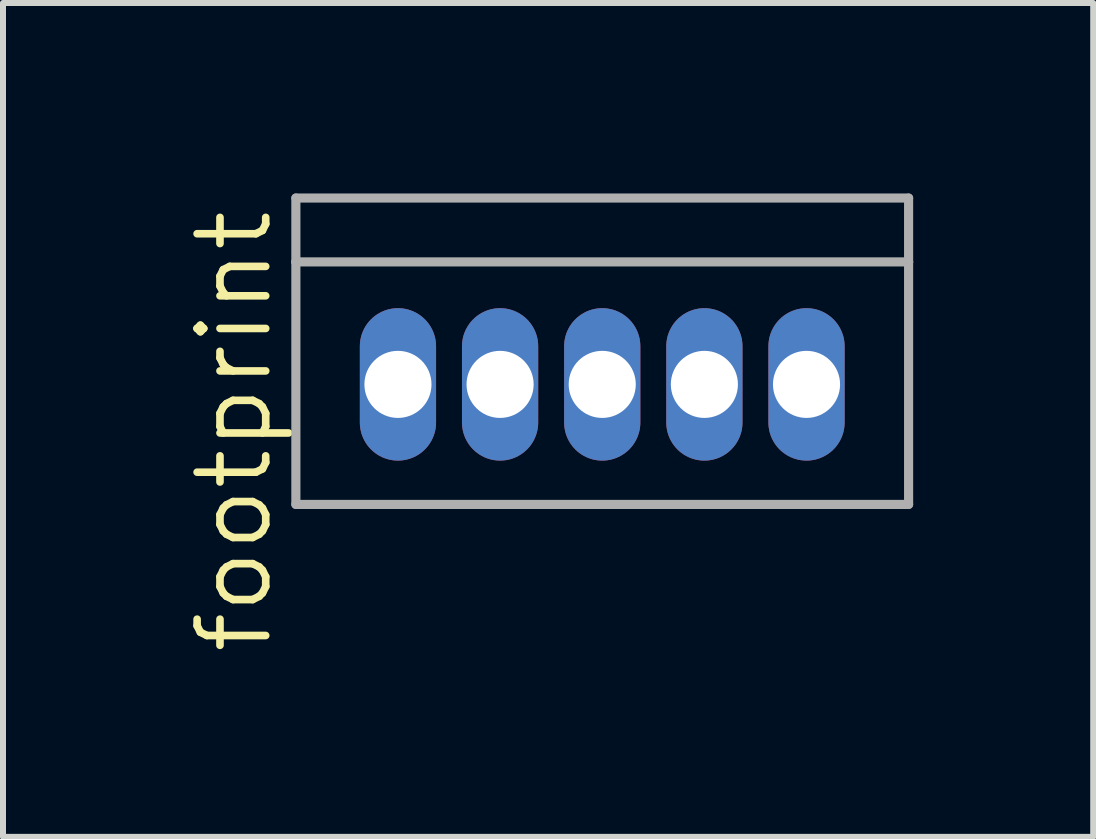
<source format=kicad_pcb>
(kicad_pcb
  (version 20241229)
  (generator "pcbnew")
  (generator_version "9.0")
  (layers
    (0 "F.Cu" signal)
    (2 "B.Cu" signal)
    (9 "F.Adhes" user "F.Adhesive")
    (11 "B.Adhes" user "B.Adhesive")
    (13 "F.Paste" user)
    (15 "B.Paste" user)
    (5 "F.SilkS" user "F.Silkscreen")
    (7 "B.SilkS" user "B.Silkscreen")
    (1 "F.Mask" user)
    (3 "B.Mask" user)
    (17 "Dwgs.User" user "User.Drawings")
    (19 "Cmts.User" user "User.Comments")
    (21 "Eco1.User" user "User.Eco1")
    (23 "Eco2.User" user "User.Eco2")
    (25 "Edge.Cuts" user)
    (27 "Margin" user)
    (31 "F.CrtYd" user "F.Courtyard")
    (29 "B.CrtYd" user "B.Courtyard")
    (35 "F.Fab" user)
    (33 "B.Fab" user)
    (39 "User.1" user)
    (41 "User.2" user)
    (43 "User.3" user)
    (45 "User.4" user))
  (footprint "footprint"
    (layer "F.Cu")
    (at 6.985 0.25)
    (property "Reference" "footprint" (at -5.461 7.645 90) (layer "F.SilkS") (effects (font (size 1.143 1.143) (thickness 0.127)) (justify left bottom)))
    (fp_line (start -5.105 0) (end 5.105 0) (stroke (width 0.152) (type solid)) (layer "F.Fab"))
    (fp_line (start -5.105 1.064) (end -5.105 0) (stroke (width 0.152) (type solid)) (layer "F.Fab"))
    (fp_line (start -5.105 1.064) (end 5.105 1.064) (stroke (width 0.152) (type solid)) (layer "F.Fab"))
    (fp_line (start -5.105 5.105) (end -5.105 1.064) (stroke (width 0.152) (type solid)) (layer "F.Fab"))
    (fp_line (start 5.105 0) (end 5.105 1.064) (stroke (width 0.152) (type solid)) (layer "F.Fab"))
    (fp_line (start 5.105 1.064) (end 5.105 5.105) (stroke (width 0.152) (type solid)) (layer "F.Fab"))
    (fp_line (start 5.105 5.105) (end -5.105 5.105) (stroke (width 0.152) (type solid)) (layer "F.Fab"))
    (pad "1" thru_hole oval (at -3.404 3.105 90) (size 2.54 1.27) (drill 1.118) (layers "*.Cu" "*.Mask"))
    (pad "2" thru_hole oval (at -1.702 3.105 90) (size 2.54 1.27) (drill 1.118) (layers "*.Cu" "*.Mask"))
    (pad "3" thru_hole oval (at 0 3.105 90) (size 2.54 1.27) (drill 1.118) (layers "*.Cu" "*.Mask"))
    (pad "4" thru_hole oval (at 1.702 3.105 90) (size 2.54 1.27) (drill 1.118) (layers "*.Cu" "*.Mask"))
    (pad "5" thru_hole oval (at 3.404 3.105 90) (size 2.54 1.27) (drill 1.118) (layers "*.Cu" "*.Mask")))
  (gr_rect
    (start -3 -3)
    (end 15.166 10.895)
    (stroke (width 0.1) (type default))
    (fill no)
    (layer "Edge.Cuts")))
</source>
